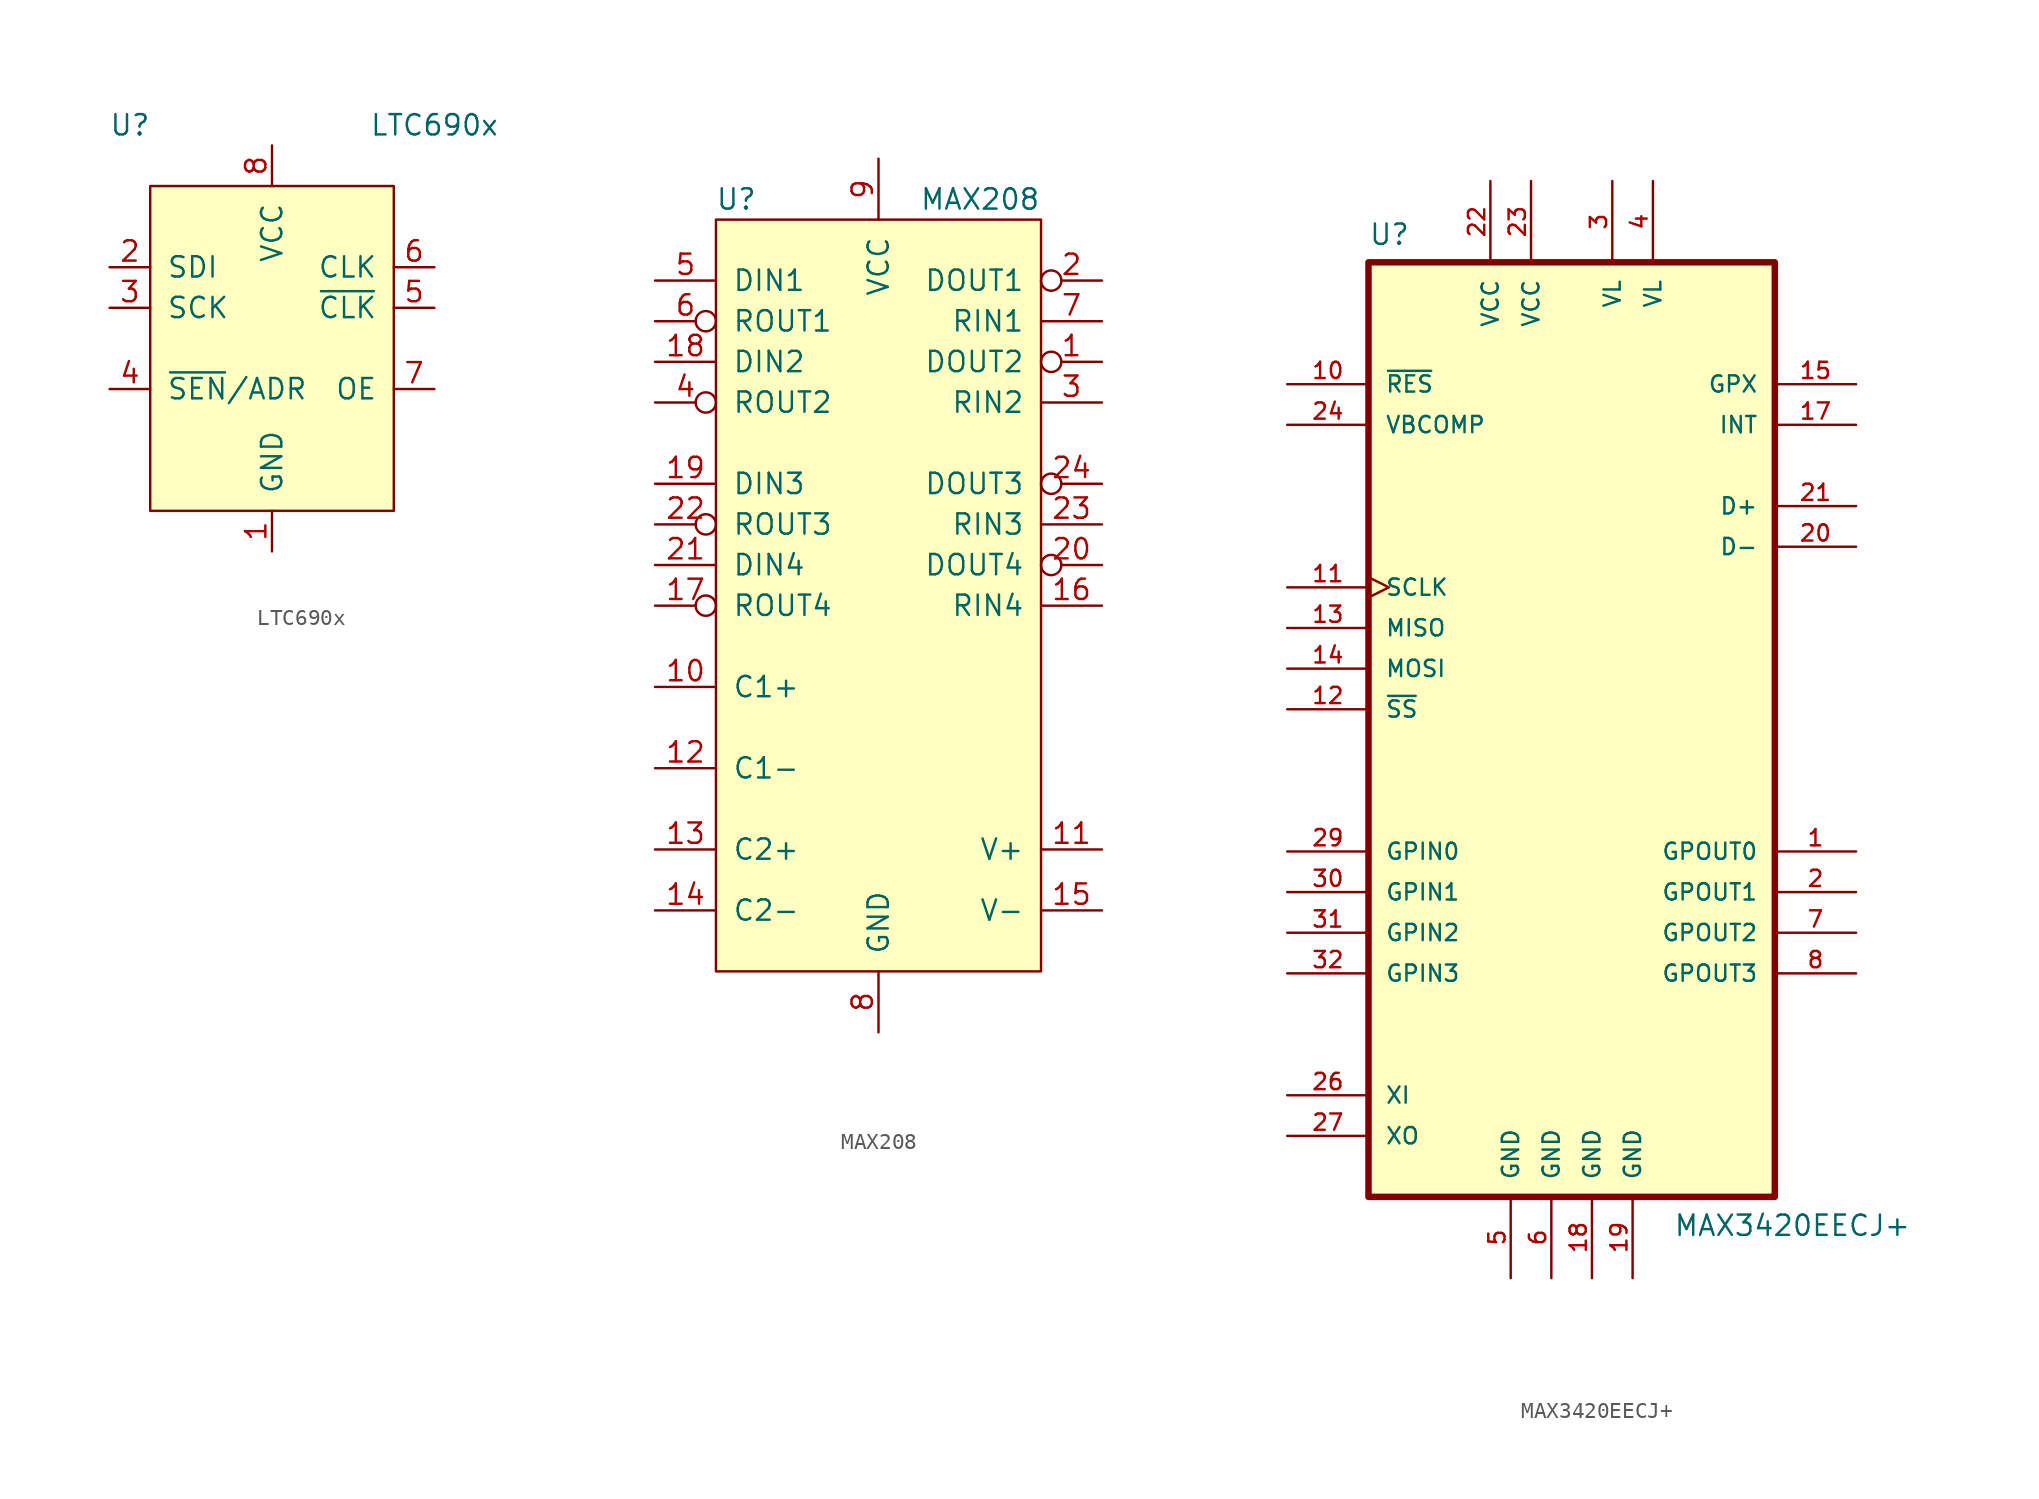
<source format=kicad_sym>
(kicad_symbol_lib
  (version 20220914)
  (generator kicad_symbol_editor)
  (symbol "LTC690x"
    (pin_names
      (offset 1.016))
    (property "Reference" "U"
      (at -8.89 17.78 0)
      (effects (font (size 1.27 1.27))))
    (property "Value" "LTC690x"
      (at 10.16 17.78 0)
      (effects (font (size 1.27 1.27))))
    (symbol "LTC690x_0_1"
      (rectangle (start -7.62 13.97) (end 7.62 -6.35) (stroke (width 0) (type default)) (fill (type background))))
    (symbol "LTC690x_1_1"
      (pin power_in line (at 0 -8.89 90) (length 2.54) (name "GND" (effects (font (size 1.27 1.27)))) (number "1" (effects (font (size 1.27 1.27)))))
      (pin input line (at -10.16 8.89 0) (length 2.54) (name "SDI" (effects (font (size 1.27 1.27)))) (number "2" (effects (font (size 1.27 1.27)))))
      (pin input line (at -10.16 6.35 0) (length 2.54) (name "SCK" (effects (font (size 1.27 1.27)))) (number "3" (effects (font (size 1.27 1.27)))))
      (pin input line (at -10.16 1.27 0) (length 2.54) (name "~{SEN}/ADR" (effects (font (size 1.27 1.27)))) (number "4" (effects (font (size 1.27 1.27)))))
      (pin output line (at 10.16 6.35 180) (length 2.54) (name "~{CLK}" (effects (font (size 1.27 1.27)))) (number "5" (effects (font (size 1.27 1.27)))))
      (pin output line (at 10.16 8.89 180) (length 2.54) (name "CLK" (effects (font (size 1.27 1.27)))) (number "6" (effects (font (size 1.27 1.27)))))
      (pin input line (at 10.16 1.27 180) (length 2.54) (name "OE" (effects (font (size 1.27 1.27)))) (number "7" (effects (font (size 1.27 1.27)))))
      (pin power_in line (at 0 16.51 270) (length 2.54) (name "VCC" (effects (font (size 1.27 1.27)))) (number "8" (effects (font (size 1.27 1.27)))))))
  (symbol "MAX208"
    (pin_names
      (offset 1.016))
    (property "Reference" "U"
      (at -8.89 25.4 0)
      (effects (font (size 1.27 1.27))))
    (property "Value" "MAX208"
      (at 6.35 25.4 0)
      (effects (font (size 1.27 1.27))))
    (symbol "MAX208_0_1"
      (rectangle (start -10.16 24.13) (end 10.16 -22.86) (stroke (width 0) (type default)) (fill (type background))))
    (symbol "MAX208_1_1"
      (pin output inverted (at 13.97 15.24 180) (length 3.81) (name "DOUT2" (effects (font (size 1.27 1.27)))) (number "1" (effects (font (size 1.27 1.27)))))
      (pin passive line (at -13.97 -5.08 0) (length 3.81) (name "C1+" (effects (font (size 1.27 1.27)))) (number "10" (effects (font (size 1.27 1.27)))))
      (pin passive line (at 13.97 -15.24 180) (length 3.81) (name "V+" (effects (font (size 1.27 1.27)))) (number "11" (effects (font (size 1.27 1.27)))))
      (pin passive line (at -13.97 -10.16 0) (length 3.81) (name "C1-" (effects (font (size 1.27 1.27)))) (number "12" (effects (font (size 1.27 1.27)))))
      (pin passive line (at -13.97 -15.24 0) (length 3.81) (name "C2+" (effects (font (size 1.27 1.27)))) (number "13" (effects (font (size 1.27 1.27)))))
      (pin passive line (at -13.97 -19.05 0) (length 3.81) (name "C2-" (effects (font (size 1.27 1.27)))) (number "14" (effects (font (size 1.27 1.27)))))
      (pin passive line (at 13.97 -19.05 180) (length 3.81) (name "V-" (effects (font (size 1.27 1.27)))) (number "15" (effects (font (size 1.27 1.27)))))
      (pin input line (at 13.97 0 180) (length 3.81) (name "RIN4" (effects (font (size 1.27 1.27)))) (number "16" (effects (font (size 1.27 1.27)))))
      (pin output inverted (at -13.97 0 0) (length 3.81) (name "ROUT4" (effects (font (size 1.27 1.27)))) (number "17" (effects (font (size 1.27 1.27)))))
      (pin input line (at -13.97 15.24 0) (length 3.81) (name "DIN2" (effects (font (size 1.27 1.27)))) (number "18" (effects (font (size 1.27 1.27)))))
      (pin input line (at -13.97 7.62 0) (length 3.81) (name "DIN3" (effects (font (size 1.27 1.27)))) (number "19" (effects (font (size 1.27 1.27)))))
      (pin output inverted (at 13.97 20.32 180) (length 3.81) (name "DOUT1" (effects (font (size 1.27 1.27)))) (number "2" (effects (font (size 1.27 1.27)))))
      (pin output inverted (at 13.97 2.54 180) (length 3.81) (name "DOUT4" (effects (font (size 1.27 1.27)))) (number "20" (effects (font (size 1.27 1.27)))))
      (pin input line (at -13.97 2.54 0) (length 3.81) (name "DIN4" (effects (font (size 1.27 1.27)))) (number "21" (effects (font (size 1.27 1.27)))))
      (pin output inverted (at -13.97 5.08 0) (length 3.81) (name "ROUT3" (effects (font (size 1.27 1.27)))) (number "22" (effects (font (size 1.27 1.27)))))
      (pin input line (at 13.97 5.08 180) (length 3.81) (name "RIN3" (effects (font (size 1.27 1.27)))) (number "23" (effects (font (size 1.27 1.27)))))
      (pin output inverted (at 13.97 7.62 180) (length 3.81) (name "DOUT3" (effects (font (size 1.27 1.27)))) (number "24" (effects (font (size 1.27 1.27)))))
      (pin input line (at 13.97 12.7 180) (length 3.81) (name "RIN2" (effects (font (size 1.27 1.27)))) (number "3" (effects (font (size 1.27 1.27)))))
      (pin output inverted (at -13.97 12.7 0) (length 3.81) (name "ROUT2" (effects (font (size 1.27 1.27)))) (number "4" (effects (font (size 1.27 1.27)))))
      (pin input line (at -13.97 20.32 0) (length 3.81) (name "DIN1" (effects (font (size 1.27 1.27)))) (number "5" (effects (font (size 1.27 1.27)))))
      (pin output inverted (at -13.97 17.78 0) (length 3.81) (name "ROUT1" (effects (font (size 1.27 1.27)))) (number "6" (effects (font (size 1.27 1.27)))))
      (pin input line (at 13.97 17.78 180) (length 3.81) (name "RIN1" (effects (font (size 1.27 1.27)))) (number "7" (effects (font (size 1.27 1.27)))))
      (pin power_in line (at 0 -26.67 90) (length 3.81) (name "GND" (effects (font (size 1.27 1.27)))) (number "8" (effects (font (size 1.27 1.27)))))
      (pin power_in line (at 0 27.94 270) (length 3.81) (name "VCC" (effects (font (size 1.27 1.27)))) (number "9" (effects (font (size 1.27 1.27)))))))
  (symbol "MAX3420EECJ+"
    (pin_names
      (offset 1.016))
    (property "Reference" "U"
      (at -12.7 28.931 0)
      (effects (font (size 1.27 1.27)) (justify left bottom)))
    (property "Value" "MAX3420EECJ+"
      (at 6.35 -33.02 0)
      (effects (font (size 1.27 1.27)) (justify left bottom)))
    (symbol "MAX3420EECJ+_0_0"
      (rectangle (start -12.7 -30.48) (end 12.7 27.94) (stroke (width 0.406) (type default)) (fill (type background)))
      (pin output line (at 17.78 -8.89 180) (length 5.08) (name "GPOUT0" (effects (font (size 1.016 1.016)))) (number "1" (effects (font (size 1.016 1.016)))))
      (pin input line (at -17.78 20.32 0) (length 5.08) (name "~{RES}" (effects (font (size 1.016 1.016)))) (number "10" (effects (font (size 1.016 1.016)))))
      (pin input clock (at -17.78 7.62 0) (length 5.08) (name "SCLK" (effects (font (size 1.016 1.016)))) (number "11" (effects (font (size 1.016 1.016)))))
      (pin input line (at -17.78 0 0) (length 5.08) (name "~{SS}" (effects (font (size 1.016 1.016)))) (number "12" (effects (font (size 1.016 1.016)))))
      (pin output line (at -17.78 5.08 0) (length 5.08) (name "MISO" (effects (font (size 1.016 1.016)))) (number "13" (effects (font (size 1.016 1.016)))))
      (pin bidirectional line (at -17.78 2.54 0) (length 5.08) (name "MOSI" (effects (font (size 1.016 1.016)))) (number "14" (effects (font (size 1.016 1.016)))))
      (pin output line (at 17.78 20.32 180) (length 5.08) (name "GPX" (effects (font (size 1.016 1.016)))) (number "15" (effects (font (size 1.016 1.016)))))
      (pin output line (at 17.78 17.78 180) (length 5.08) (name "INT" (effects (font (size 1.016 1.016)))) (number "17" (effects (font (size 1.016 1.016)))))
      (pin power_in line (at 1.27 -35.56 90) (length 5.08) (name "GND" (effects (font (size 1.016 1.016)))) (number "18" (effects (font (size 1.016 1.016)))))
      (pin power_in line (at 3.81 -35.56 90) (length 5.08) (name "GND" (effects (font (size 1.016 1.016)))) (number "19" (effects (font (size 1.016 1.016)))))
      (pin output line (at 17.78 -11.43 180) (length 5.08) (name "GPOUT1" (effects (font (size 1.016 1.016)))) (number "2" (effects (font (size 1.016 1.016)))))
      (pin bidirectional line (at 17.78 10.16 180) (length 5.08) (name "D-" (effects (font (size 1.016 1.016)))) (number "20" (effects (font (size 1.016 1.016)))))
      (pin bidirectional line (at 17.78 12.7 180) (length 5.08) (name "D+" (effects (font (size 1.016 1.016)))) (number "21" (effects (font (size 1.016 1.016)))))
      (pin power_in line (at -5.08 33.02 270) (length 5.08) (name "VCC" (effects (font (size 1.016 1.016)))) (number "22" (effects (font (size 1.016 1.016)))))
      (pin power_in line (at -2.54 33.02 270) (length 5.08) (name "VCC" (effects (font (size 1.016 1.016)))) (number "23" (effects (font (size 1.016 1.016)))))
      (pin input line (at -17.78 17.78 0) (length 5.08) (name "VBCOMP" (effects (font (size 1.016 1.016)))) (number "24" (effects (font (size 1.016 1.016)))))
      (pin input line (at -17.78 -24.13 0) (length 5.08) (name "XI" (effects (font (size 1.016 1.016)))) (number "26" (effects (font (size 1.016 1.016)))))
      (pin output line (at -17.78 -26.67 0) (length 5.08) (name "XO" (effects (font (size 1.016 1.016)))) (number "27" (effects (font (size 1.016 1.016)))))
      (pin input line (at -17.78 -8.89 0) (length 5.08) (name "GPIN0" (effects (font (size 1.016 1.016)))) (number "29" (effects (font (size 1.016 1.016)))))
      (pin input line (at 2.54 33.02 270) (length 5.08) (name "VL" (effects (font (size 1.016 1.016)))) (number "3" (effects (font (size 1.016 1.016)))))
      (pin input line (at -17.78 -11.43 0) (length 5.08) (name "GPIN1" (effects (font (size 1.016 1.016)))) (number "30" (effects (font (size 1.016 1.016)))))
      (pin input line (at -17.78 -13.97 0) (length 5.08) (name "GPIN2" (effects (font (size 1.016 1.016)))) (number "31" (effects (font (size 1.016 1.016)))))
      (pin input line (at -17.78 -16.51 0) (length 5.08) (name "GPIN3" (effects (font (size 1.016 1.016)))) (number "32" (effects (font (size 1.016 1.016)))))
      (pin input line (at 5.08 33.02 270) (length 5.08) (name "VL" (effects (font (size 1.016 1.016)))) (number "4" (effects (font (size 1.016 1.016)))))
      (pin power_in line (at -3.81 -35.56 90) (length 5.08) (name "GND" (effects (font (size 1.016 1.016)))) (number "5" (effects (font (size 1.016 1.016)))))
      (pin power_in line (at -1.27 -35.56 90) (length 5.08) (name "GND" (effects (font (size 1.016 1.016)))) (number "6" (effects (font (size 1.016 1.016)))))
      (pin output line (at 17.78 -13.97 180) (length 5.08) (name "GPOUT2" (effects (font (size 1.016 1.016)))) (number "7" (effects (font (size 1.016 1.016)))))
      (pin output line (at 17.78 -16.51 180) (length 5.08) (name "GPOUT3" (effects (font (size 1.016 1.016)))) (number "8" (effects (font (size 1.016 1.016))))))))
</source>
